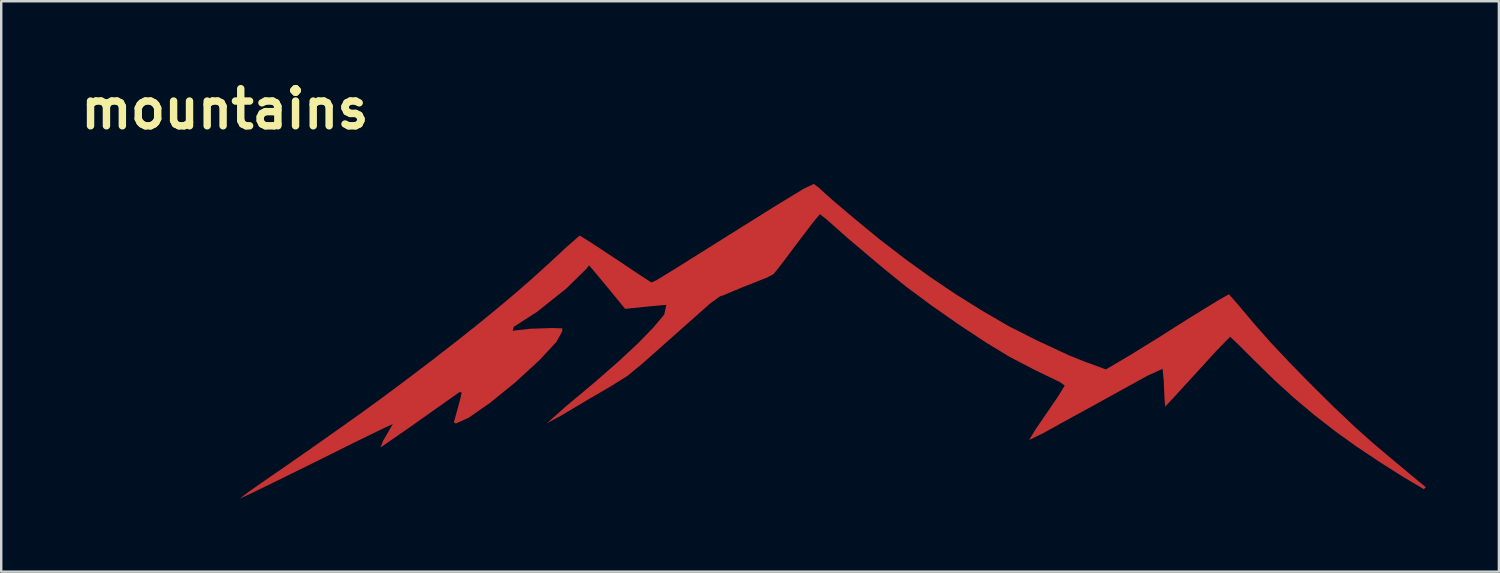
<source format=kicad_pcb>
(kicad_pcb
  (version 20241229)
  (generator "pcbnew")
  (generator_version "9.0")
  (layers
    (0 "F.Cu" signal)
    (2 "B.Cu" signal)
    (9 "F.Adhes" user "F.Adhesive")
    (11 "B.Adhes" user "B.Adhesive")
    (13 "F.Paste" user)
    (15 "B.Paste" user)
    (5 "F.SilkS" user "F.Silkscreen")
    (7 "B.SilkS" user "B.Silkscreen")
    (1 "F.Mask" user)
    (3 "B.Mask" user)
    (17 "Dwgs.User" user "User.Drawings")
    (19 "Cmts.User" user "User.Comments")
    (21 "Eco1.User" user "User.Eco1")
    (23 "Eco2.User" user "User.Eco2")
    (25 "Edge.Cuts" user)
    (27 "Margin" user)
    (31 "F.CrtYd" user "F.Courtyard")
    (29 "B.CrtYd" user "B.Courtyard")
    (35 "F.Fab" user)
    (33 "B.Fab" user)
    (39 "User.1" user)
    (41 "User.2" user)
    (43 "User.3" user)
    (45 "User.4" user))
  (footprint "mountains"
    (layer "F.Cu")
    (at 6.183 2.413)
    (property "Reference" "mountains" (at 0 -0.987 0) (layer "F.SilkS") (effects (font (size 1.524 1.524) (thickness 0.305))))
    (attr exclude_from_pos_files exclude_from_bom)
    (fp_poly (pts (xy 22.615 2.99) (xy 21.354 3.779) (xy 20.43 4.357) (xy 18.498 5.57) (xy 17.7 6.057) (xy 17.515 6.136) (xy 17.06 5.841) (xy 16.041 5.161) (xy 15.024 4.49) (xy 14.572 4.209) (xy 13.985 4.722) (xy 13.327 5.336) (xy 12.589 6.003) (xy 11.971 6.542) (xy 11.162 7.222) (xy 10.465 7.794) (xy 9.582 8.497) (xy 8.561 9.289) (xy 7.485 10.107) (xy 6.437 10.888) (xy 5.498 11.569) (xy 4.413 12.338) (xy 3.495 12.984) (xy 2.669 13.56) (xy 1.858 14.119) (xy 0.965 14.741) (xy 0.615 15.011) (xy 1.063 14.804) (xy 2.196 14.253) (xy 3.771 13.477) (xy 5.339 12.698) (xy 6.463 12.15) (xy 6.898 11.948) (xy 6.496 12.641) (xy 6.391 12.912) (xy 7.554 12.109) (xy 8.7 11.298) (xy 9.638 10.636) (xy 9.726 10.659) (xy 9.652 10.977) (xy 9.402 11.888) (xy 9.495 11.925) (xy 10.015 11.689) (xy 10.887 11.081) (xy 11.917 10.246) (xy 12.913 9.333) (xy 13.609 8.584) (xy 13.851 8.15) (xy 13.86 8.021) (xy 13.449 8.007) (xy 12.547 8.036) (xy 11.818 8.118) (xy 11.865 7.956) (xy 12.824 7.34) (xy 14.028 6.379) (xy 14.849 5.572) (xy 14.955 5.434) (xy 15.117 5.619) (xy 15.861 6.515) (xy 16.438 7.222) (xy 16.674 7.194) (xy 17.417 7.119) (xy 18.129 7.055) (xy 18.041 7.457) (xy 17.589 7.995) (xy 16.974 8.626) (xy 16.183 9.365) (xy 15.199 10.225) (xy 14.008 11.222) (xy 13.227 11.915) (xy 13.796 11.61) (xy 14.94 10.929) (xy 15.824 10.414) (xy 16.52 9.981) (xy 17.168 9.448) (xy 17.995 8.714) (xy 18.827 7.975) (xy 19.937 6.991) (xy 20.337 6.704) (xy 20.48 6.658) (xy 21.255 6.332) (xy 22.268 5.933) (xy 22.536 5.789) (xy 22.854 5.389) (xy 23.502 4.524) (xy 24.143 3.682) (xy 24.435 3.332) (xy 24.717 3.553) (xy 25.57 4.31) (xy 26.653 5.226) (xy 27.184 5.669) (xy 27.991 6.32) (xy 29.021 7.083) (xy 30.151 7.873) (xy 31.26 8.604) (xy 32.224 9.19) (xy 33.273 9.735) (xy 34.294 10.229) (xy 34.488 10.368) (xy 34.225 10.801) (xy 33.287 12.174) (xy 33.028 12.604) (xy 33.573 12.34) (xy 34.49 11.834) (xy 35.296 11.393) (xy 36.151 10.922) (xy 36.821 10.552) (xy 37.893 9.961) (xy 38.507 9.684) (xy 38.553 10.16) (xy 38.586 10.922) (xy 38.613 11.236) (xy 38.992 10.83) (xy 39.643 10.118) (xy 40.735 8.922) (xy 41.279 8.367) (xy 41.581 8.647) (xy 42.254 9.319) (xy 43.092 10.14) (xy 43.894 10.87) (xy 44.716 11.56) (xy 45.617 12.262) (xy 46.443 12.855) (xy 47.405 13.499) (xy 48.377 14.115) (xy 49.234 14.623) (xy 49.317 14.544) (xy 48.755 14.081) (xy 47.88 13.351) (xy 47.174 12.756) (xy 46.415 12.079) (xy 45.495 11.208) (xy 44.508 10.229) (xy 43.657 9.358) (xy 42.931 8.583) (xy 42.254 7.818) (xy 41.551 6.981) (xy 41.228 6.621) (xy 40.705 6.921) (xy 39.531 7.644) (xy 38.207 8.483) (xy 37.768 8.751) (xy 37.19 9.111) (xy 36.179 9.707) (xy 35.541 9.471) (xy 35.416 9.43) (xy 34.685 9.138) (xy 33.345 8.515) (xy 32.201 7.938) (xy 31.101 7.299) (xy 30.022 6.625) (xy 28.961 5.911) (xy 27.912 5.154) (xy 26.868 4.349) (xy 25.826 3.493) (xy 25.056 2.841) (xy 24.717 2.542) (xy 24.37 2.228) (xy 24.186 2.089) (xy 23.774 2.285) (xy 22.615 2.99) (xy 22.615 2.99)) (stroke (width 0) (type solid)) (fill yes) (layer "F.Cu")))
  (gr_rect
    (start -3 -3)
    (end 58.5 20.424)
    (stroke (width 0.1) (type default))
    (fill no)
    (layer "Edge.Cuts")))
</source>
